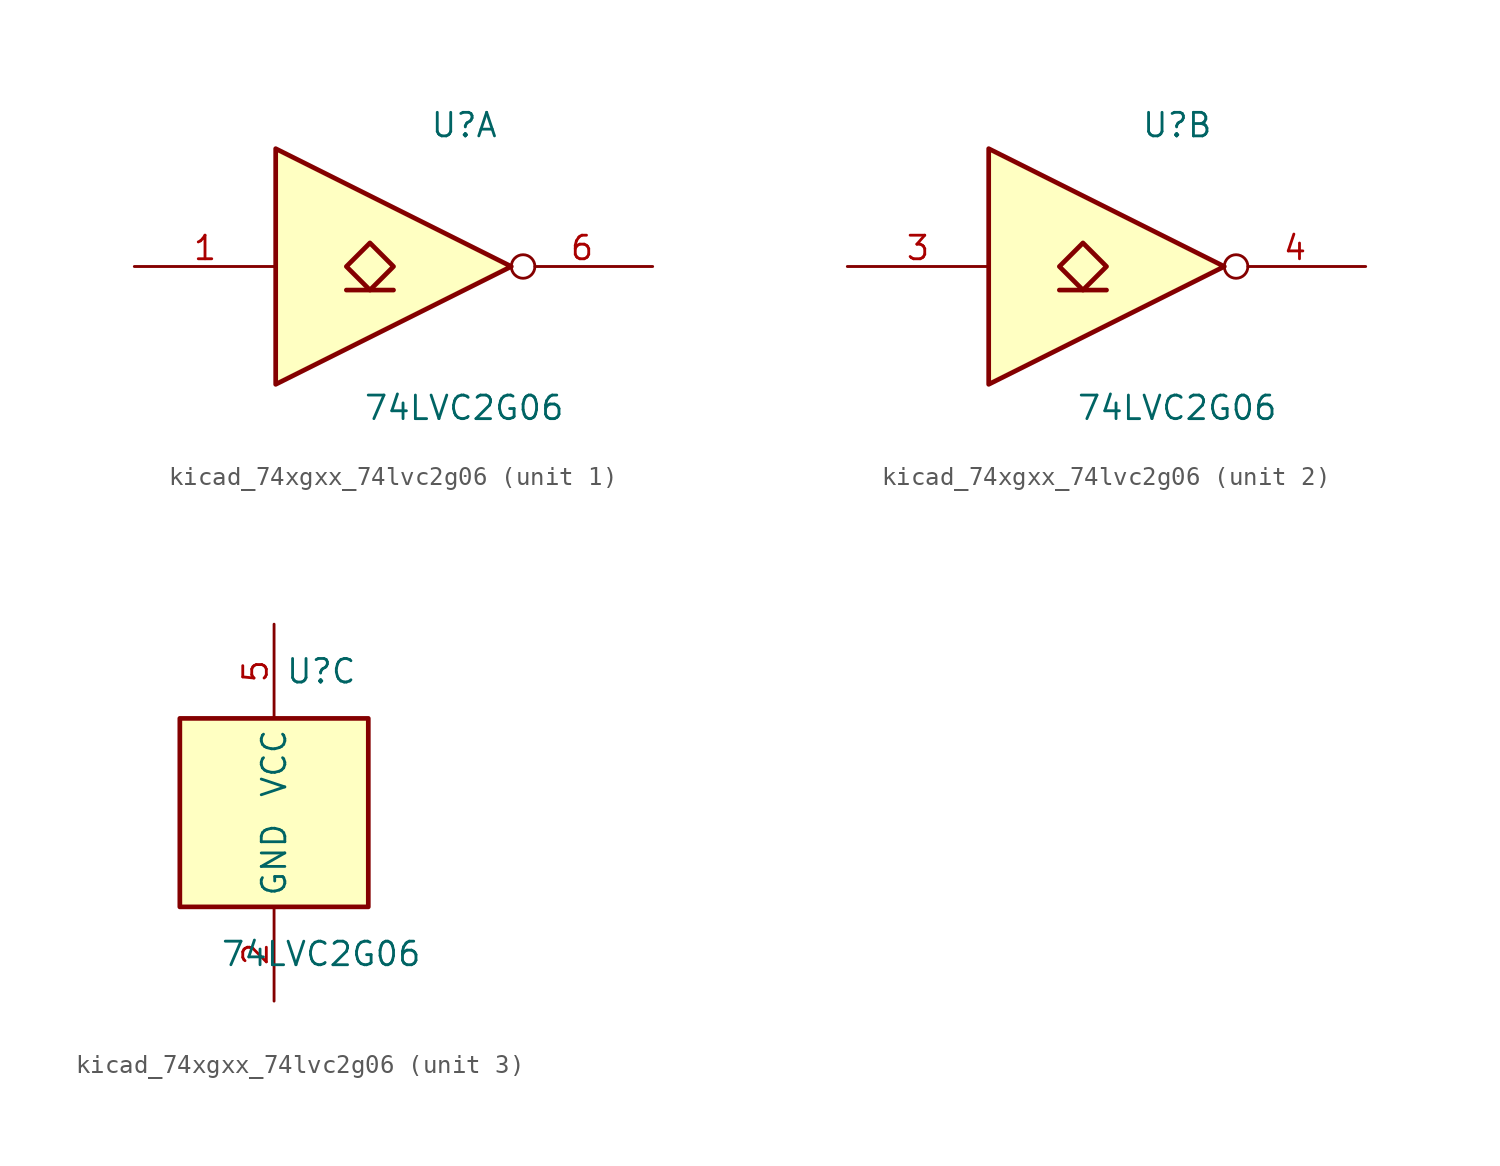
<source format=kicad_sym>
(kicad_symbol_lib
  (version 20220914)
  (generator kicad_symbol_editor)
  (symbol "kicad_74xgxx_74lvc2g06"
    (property "Reference" "U"
      (at 2.54 7.62 0)
      (effects (font (size 1.27 1.27))))
    (property "Value" "74LVC2G06"
      (at 2.54 -7.62 0)
      (effects (font (size 1.27 1.27))))
    (symbol "kicad_74xgxx_74lvc2g06_1_1"
      (polyline (pts (xy -3.81 -1.27) (xy -1.27 -1.27)) (stroke (width 0.254) (type default)) (fill (type background)))
      (polyline (pts (xy -7.62 6.35) (xy -7.62 -6.35) (xy 5.08 0) (xy -7.62 6.35)) (stroke (width 0.254) (type default)) (fill (type background)))
      (polyline (pts (xy -2.54 1.27) (xy -3.81 0) (xy -2.54 -1.27) (xy -1.27 0) (xy -2.54 1.27)) (stroke (width 0.254) (type default)) (fill (type background)))
      (pin input line (at -15.24 0 0) (length 7.62) (name "~" (effects (font (size 1.27 1.27)))) (number "1" (effects (font (size 1.27 1.27)))))
      (pin open_collector inverted (at 12.7 0 180) (length 7.62) (name "~" (effects (font (size 1.27 1.27)))) (number "6" (effects (font (size 1.27 1.27))))))
    (symbol "kicad_74xgxx_74lvc2g06_2_1"
      (polyline (pts (xy -3.81 -1.27) (xy -1.27 -1.27)) (stroke (width 0.254) (type default)) (fill (type background)))
      (polyline (pts (xy -7.62 6.35) (xy -7.62 -6.35) (xy 5.08 0) (xy -7.62 6.35)) (stroke (width 0.254) (type default)) (fill (type background)))
      (polyline (pts (xy -2.54 1.27) (xy -3.81 0) (xy -2.54 -1.27) (xy -1.27 0) (xy -2.54 1.27)) (stroke (width 0.254) (type default)) (fill (type background)))
      (pin input line (at -15.24 0 0) (length 7.62) (name "~" (effects (font (size 1.27 1.27)))) (number "3" (effects (font (size 1.27 1.27)))))
      (pin open_collector inverted (at 12.7 0 180) (length 7.62) (name "~" (effects (font (size 1.27 1.27)))) (number "4" (effects (font (size 1.27 1.27))))))
    (symbol "kicad_74xgxx_74lvc2g06_3_0"
      (rectangle (start -5.08 -5.08) (end 5.08 5.08) (stroke (width 0.254) (type default)) (fill (type background))))
    (symbol "kicad_74xgxx_74lvc2g06_3_1"
      (pin power_in line (at 0 -10.16 90) (length 5.08) (name "GND" (effects (font (size 1.27 1.27)))) (number "2" (effects (font (size 1.27 1.27)))))
      (pin power_in line (at 0 10.16 270) (length 5.08) (name "VCC" (effects (font (size 1.27 1.27)))) (number "5" (effects (font (size 1.27 1.27))))))))
</source>
